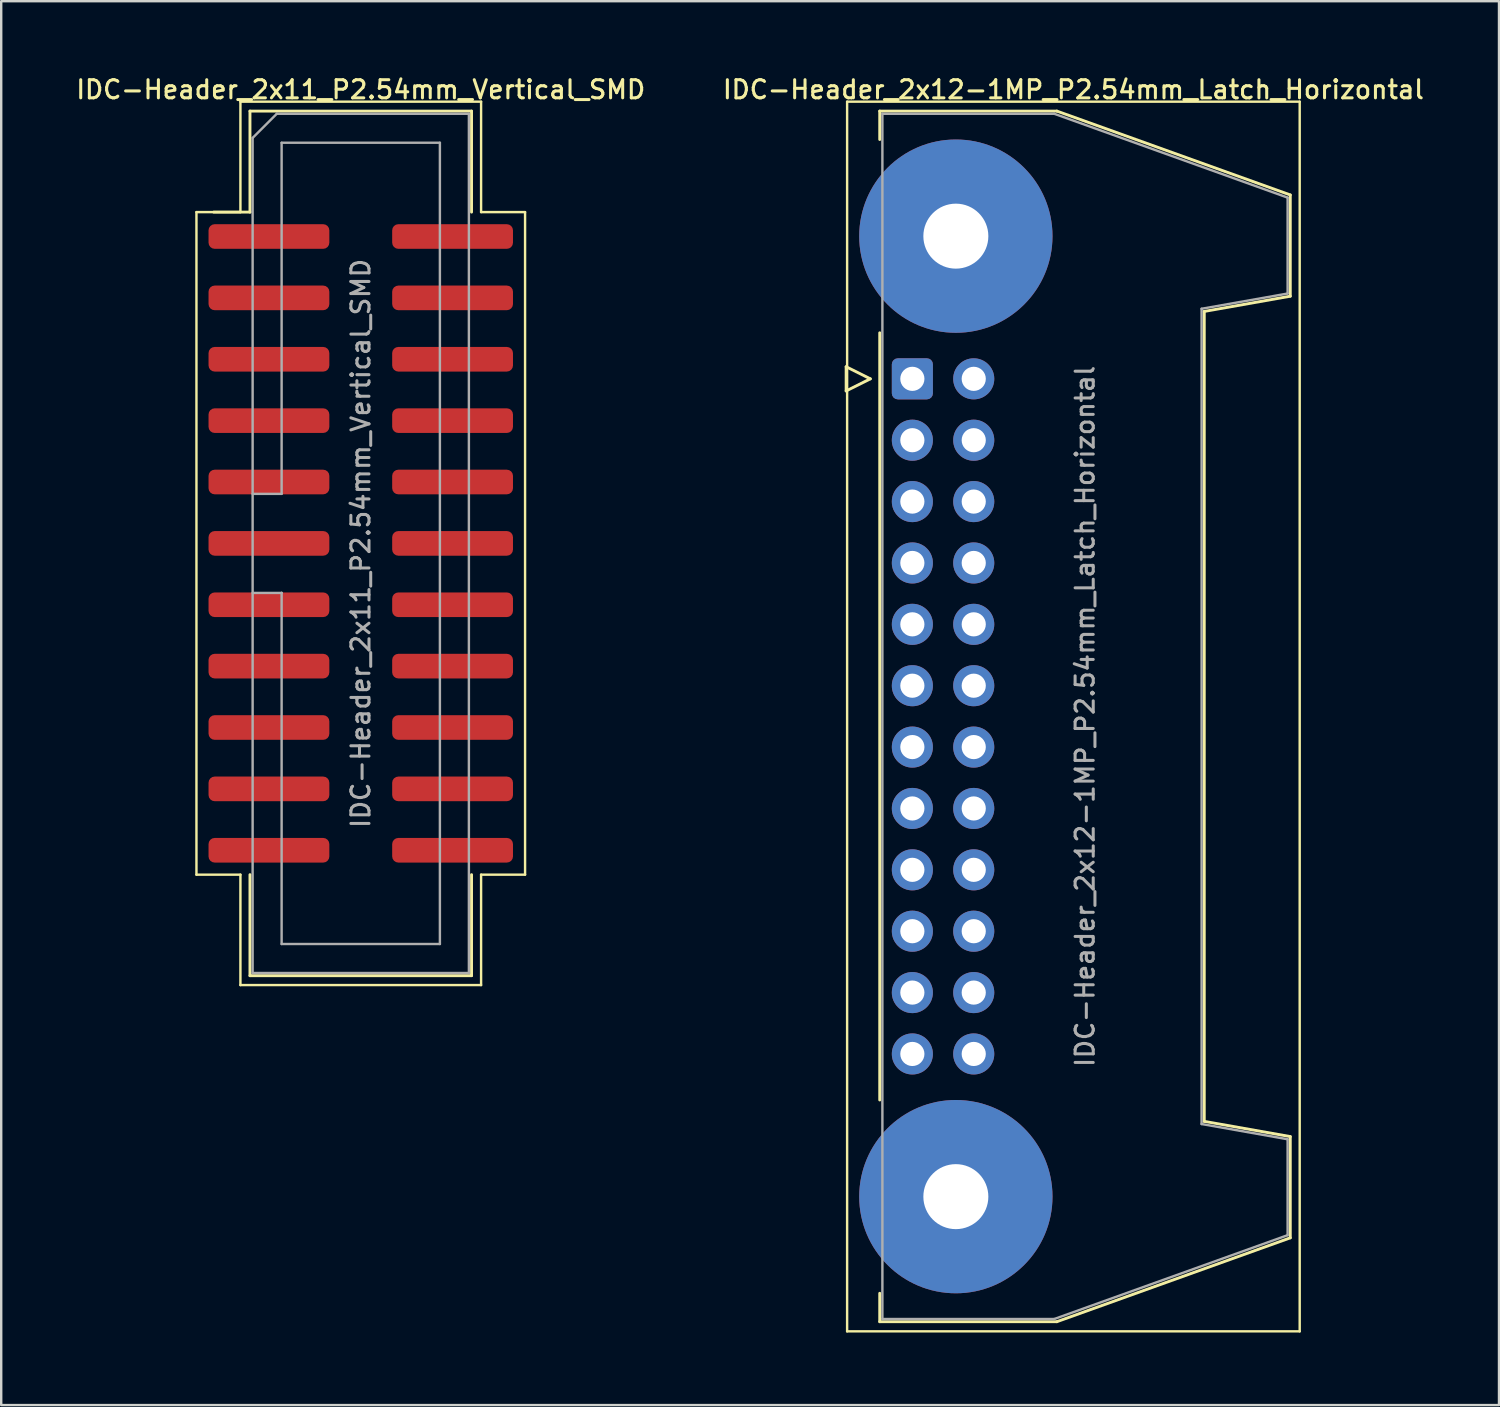
<source format=kicad_pcb>
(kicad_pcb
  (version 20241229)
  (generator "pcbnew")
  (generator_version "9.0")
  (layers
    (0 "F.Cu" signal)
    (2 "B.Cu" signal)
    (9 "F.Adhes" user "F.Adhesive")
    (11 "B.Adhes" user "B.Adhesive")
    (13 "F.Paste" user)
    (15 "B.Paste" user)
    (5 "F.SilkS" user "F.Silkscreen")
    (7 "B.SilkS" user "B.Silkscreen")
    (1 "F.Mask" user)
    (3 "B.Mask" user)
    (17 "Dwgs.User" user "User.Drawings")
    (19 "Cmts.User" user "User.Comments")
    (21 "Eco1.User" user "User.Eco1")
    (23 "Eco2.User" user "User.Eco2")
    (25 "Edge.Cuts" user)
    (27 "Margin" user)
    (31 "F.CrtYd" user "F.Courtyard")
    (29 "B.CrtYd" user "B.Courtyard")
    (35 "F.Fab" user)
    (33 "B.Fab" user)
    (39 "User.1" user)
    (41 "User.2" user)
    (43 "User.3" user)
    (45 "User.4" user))
  (footprint "IDC-Header_2x11_P2.54mm_Vertical_SMD"
    (layer "F.Cu")
    (at 11.88 19.438)
    (property "Reference" "IDC-Header_2x11_P2.54mm_Vertical_SMD" (at 0 -18.78 0) (layer "F.SilkS") (effects (font (size 0.75 0.75) (thickness 0.125))))
    (attr smd)
    (fp_line (start -6.8 -13.71) (end -6.8 13.71) (stroke (width 0.1) (type solid)) (layer "F.SilkS"))
    (fp_line (start -6.8 13.71) (end -4.98 13.71) (stroke (width 0.1) (type solid)) (layer "F.SilkS"))
    (fp_line (start -4.98 -18.28) (end -4.98 -13.71) (stroke (width 0.1) (type solid)) (layer "F.SilkS"))
    (fp_line (start -4.98 -13.71) (end -6.8 -13.71) (stroke (width 0.1) (type solid)) (layer "F.SilkS"))
    (fp_line (start -4.98 13.71) (end -4.98 18.28) (stroke (width 0.1) (type solid)) (layer "F.SilkS"))
    (fp_line (start -4.98 18.28) (end 4.98 18.28) (stroke (width 0.1) (type solid)) (layer "F.SilkS"))
    (fp_line (start -4.585 -17.89) (end 4.585 -17.89) (stroke (width 0.12) (type solid)) (layer "F.SilkS"))
    (fp_line (start -4.585 -13.71) (end -6.085 -13.71) (stroke (width 0.12) (type solid)) (layer "F.SilkS"))
    (fp_line (start -4.585 -13.71) (end -4.585 -17.89) (stroke (width 0.12) (type solid)) (layer "F.SilkS"))
    (fp_line (start -4.585 13.71) (end -4.585 17.89) (stroke (width 0.12) (type solid)) (layer "F.SilkS"))
    (fp_line (start -4.585 17.89) (end 4.585 17.89) (stroke (width 0.12) (type solid)) (layer "F.SilkS"))
    (fp_line (start 4.585 -17.89) (end 4.585 -13.71) (stroke (width 0.12) (type solid)) (layer "F.SilkS"))
    (fp_line (start 4.585 17.89) (end 4.585 13.71) (stroke (width 0.12) (type solid)) (layer "F.SilkS"))
    (fp_line (start 4.98 -18.28) (end -4.98 -18.28) (stroke (width 0.1) (type solid)) (layer "F.SilkS"))
    (fp_line (start 4.98 -13.71) (end 4.98 -18.28) (stroke (width 0.1) (type solid)) (layer "F.SilkS"))
    (fp_line (start 4.98 13.71) (end 6.8 13.71) (stroke (width 0.1) (type solid)) (layer "F.SilkS"))
    (fp_line (start 4.98 18.28) (end 4.98 13.71) (stroke (width 0.1) (type solid)) (layer "F.SilkS"))
    (fp_line (start 6.8 -13.71) (end 4.98 -13.71) (stroke (width 0.1) (type solid)) (layer "F.SilkS"))
    (fp_line (start 6.8 13.71) (end 6.8 -13.71) (stroke (width 0.1) (type solid)) (layer "F.SilkS"))
    (fp_line (start -4.475 -16.78) (end -3.475 -17.78) (stroke (width 0.1) (type solid)) (layer "F.Fab"))
    (fp_line (start -4.475 -2.05) (end -3.275 -2.05) (stroke (width 0.1) (type solid)) (layer "F.Fab"))
    (fp_line (start -4.475 17.78) (end -4.475 -16.78) (stroke (width 0.1) (type solid)) (layer "F.Fab"))
    (fp_line (start -3.475 -17.78) (end 4.475 -17.78) (stroke (width 0.1) (type solid)) (layer "F.Fab"))
    (fp_line (start -3.275 -16.58) (end 3.275 -16.58) (stroke (width 0.1) (type solid)) (layer "F.Fab"))
    (fp_line (start -3.275 -2.05) (end -3.275 -16.58) (stroke (width 0.1) (type solid)) (layer "F.Fab"))
    (fp_line (start -3.275 2.05) (end -4.475 2.05) (stroke (width 0.1) (type solid)) (layer "F.Fab"))
    (fp_line (start -3.275 2.05) (end -3.275 2.05) (stroke (width 0.1) (type solid)) (layer "F.Fab"))
    (fp_line (start -3.275 16.58) (end -3.275 2.05) (stroke (width 0.1) (type solid)) (layer "F.Fab"))
    (fp_line (start 3.275 -16.58) (end 3.275 16.58) (stroke (width 0.1) (type solid)) (layer "F.Fab"))
    (fp_line (start 3.275 16.58) (end -3.275 16.58) (stroke (width 0.1) (type solid)) (layer "F.Fab"))
    (fp_line (start 4.475 -17.78) (end 4.475 17.78) (stroke (width 0.1) (type solid)) (layer "F.Fab"))
    (fp_line (start 4.475 17.78) (end -4.475 17.78) (stroke (width 0.1) (type solid)) (layer "F.Fab"))
    (fp_text user "${REFERENCE}" (at 0 0 90) (layer "F.Fab") (effects (font (size 0.75 0.75) (thickness 0.125))))
    (pad "1" smd roundrect (at -3.8 -12.7) (size 5 1.02) (layers "F.Cu" "F.Mask" "F.Paste") (roundrect_rratio 0.25))
    (pad "2" smd roundrect (at 3.8 -12.7) (size 5 1.02) (layers "F.Cu" "F.Mask" "F.Paste") (roundrect_rratio 0.25))
    (pad "3" smd roundrect (at -3.8 -10.16) (size 5 1.02) (layers "F.Cu" "F.Mask" "F.Paste") (roundrect_rratio 0.25))
    (pad "4" smd roundrect (at 3.8 -10.16) (size 5 1.02) (layers "F.Cu" "F.Mask" "F.Paste") (roundrect_rratio 0.25))
    (pad "5" smd roundrect (at -3.8 -7.62) (size 5 1.02) (layers "F.Cu" "F.Mask" "F.Paste") (roundrect_rratio 0.25))
    (pad "6" smd roundrect (at 3.8 -7.62) (size 5 1.02) (layers "F.Cu" "F.Mask" "F.Paste") (roundrect_rratio 0.25))
    (pad "7" smd roundrect (at -3.8 -5.08) (size 5 1.02) (layers "F.Cu" "F.Mask" "F.Paste") (roundrect_rratio 0.25))
    (pad "8" smd roundrect (at 3.8 -5.08) (size 5 1.02) (layers "F.Cu" "F.Mask" "F.Paste") (roundrect_rratio 0.25))
    (pad "9" smd roundrect (at -3.8 -2.54) (size 5 1.02) (layers "F.Cu" "F.Mask" "F.Paste") (roundrect_rratio 0.25))
    (pad "10" smd roundrect (at 3.8 -2.54) (size 5 1.02) (layers "F.Cu" "F.Mask" "F.Paste") (roundrect_rratio 0.25))
    (pad "11" smd roundrect (at -3.8 0) (size 5 1.02) (layers "F.Cu" "F.Mask" "F.Paste") (roundrect_rratio 0.25))
    (pad "12" smd roundrect (at 3.8 0) (size 5 1.02) (layers "F.Cu" "F.Mask" "F.Paste") (roundrect_rratio 0.25))
    (pad "13" smd roundrect (at -3.8 2.54) (size 5 1.02) (layers "F.Cu" "F.Mask" "F.Paste") (roundrect_rratio 0.25))
    (pad "14" smd roundrect (at 3.8 2.54) (size 5 1.02) (layers "F.Cu" "F.Mask" "F.Paste") (roundrect_rratio 0.25))
    (pad "15" smd roundrect (at -3.8 5.08) (size 5 1.02) (layers "F.Cu" "F.Mask" "F.Paste") (roundrect_rratio 0.25))
    (pad "16" smd roundrect (at 3.8 5.08) (size 5 1.02) (layers "F.Cu" "F.Mask" "F.Paste") (roundrect_rratio 0.25))
    (pad "17" smd roundrect (at -3.8 7.62) (size 5 1.02) (layers "F.Cu" "F.Mask" "F.Paste") (roundrect_rratio 0.25))
    (pad "18" smd roundrect (at 3.8 7.62) (size 5 1.02) (layers "F.Cu" "F.Mask" "F.Paste") (roundrect_rratio 0.25))
    (pad "19" smd roundrect (at -3.8 10.16) (size 5 1.02) (layers "F.Cu" "F.Mask" "F.Paste") (roundrect_rratio 0.25))
    (pad "20" smd roundrect (at 3.8 10.16) (size 5 1.02) (layers "F.Cu" "F.Mask" "F.Paste") (roundrect_rratio 0.25))
    (pad "21" smd roundrect (at -3.8 12.7) (size 5 1.02) (layers "F.Cu" "F.Mask" "F.Paste") (roundrect_rratio 0.25))
    (pad "22" smd roundrect (at 3.8 12.7) (size 5 1.02) (layers "F.Cu" "F.Mask" "F.Paste") (roundrect_rratio 0.25)))
  (footprint "IDC-Header_2x12-1MP_P2.54mm_Latch_Horizontal"
    (layer "F.Cu")
    (at 34.708 12.628)
    (property "Reference" "IDC-Header_2x12-1MP_P2.54mm_Latch_Horizontal" (at 6.665 -11.97 0) (layer "F.SilkS") (effects (font (size 0.75 0.75) (thickness 0.125))))
    (attr through_hole)
    (fp_line (start -2.74 -0.5) (end -2.74 0.5) (stroke (width 0.12) (type solid)) (layer "F.SilkS"))
    (fp_line (start -2.74 0.5) (end -1.74 0) (stroke (width 0.12) (type solid)) (layer "F.SilkS"))
    (fp_line (start -2.7 -11.47) (end -2.7 39.42) (stroke (width 0.1) (type solid)) (layer "F.SilkS"))
    (fp_line (start -2.7 39.42) (end 16.03 39.42) (stroke (width 0.1) (type solid)) (layer "F.SilkS"))
    (fp_line (start -1.74 0) (end -2.74 -0.5) (stroke (width 0.12) (type solid)) (layer "F.SilkS"))
    (fp_line (start -1.35 -11.08) (end -1.35 -9.905) (stroke (width 0.12) (type solid)) (layer "F.SilkS"))
    (fp_line (start -1.35 -11.08) (end 5.98 -11.08) (stroke (width 0.12) (type solid)) (layer "F.SilkS"))
    (fp_line (start -1.35 -1.905) (end -1.35 29.845) (stroke (width 0.12) (type solid)) (layer "F.SilkS"))
    (fp_line (start -1.35 37.845) (end -1.35 39.02) (stroke (width 0.12) (type solid)) (layer "F.SilkS"))
    (fp_line (start 5.98 -11.08) (end 15.64 -7.61) (stroke (width 0.12) (type solid)) (layer "F.SilkS"))
    (fp_line (start 5.98 39.02) (end -1.35 39.02) (stroke (width 0.12) (type solid)) (layer "F.SilkS"))
    (fp_line (start 12.08 -2.79) (end 12.08 30.73) (stroke (width 0.12) (type solid)) (layer "F.SilkS"))
    (fp_line (start 12.08 30.73) (end 15.64 31.36) (stroke (width 0.12) (type solid)) (layer "F.SilkS"))
    (fp_line (start 15.64 -7.61) (end 15.64 -3.42) (stroke (width 0.12) (type solid)) (layer "F.SilkS"))
    (fp_line (start 15.64 -3.42) (end 12.08 -2.79) (stroke (width 0.12) (type solid)) (layer "F.SilkS"))
    (fp_line (start 15.64 31.36) (end 15.64 35.55) (stroke (width 0.12) (type solid)) (layer "F.SilkS"))
    (fp_line (start 15.64 35.55) (end 5.98 39.02) (stroke (width 0.12) (type solid)) (layer "F.SilkS"))
    (fp_line (start 16.03 -11.47) (end -2.7 -11.47) (stroke (width 0.1) (type solid)) (layer "F.SilkS"))
    (fp_line (start 16.03 39.42) (end 16.03 -11.47) (stroke (width 0.1) (type solid)) (layer "F.SilkS"))
    (fp_line (start -1.24 -10.97) (end 5.87 -10.97) (stroke (width 0.1) (type solid)) (layer "F.Fab"))
    (fp_line (start -1.24 38.91) (end -1.24 -10.97) (stroke (width 0.1) (type solid)) (layer "F.Fab"))
    (fp_line (start 5.87 -10.97) (end 15.53 -7.5) (stroke (width 0.1) (type solid)) (layer "F.Fab"))
    (fp_line (start 5.87 38.91) (end -1.24 38.91) (stroke (width 0.1) (type solid)) (layer "F.Fab"))
    (fp_line (start 11.97 -2.9) (end 11.97 30.84) (stroke (width 0.1) (type solid)) (layer "F.Fab"))
    (fp_line (start 11.97 30.84) (end 15.53 31.47) (stroke (width 0.1) (type solid)) (layer "F.Fab"))
    (fp_line (start 15.53 -7.5) (end 15.53 -3.53) (stroke (width 0.1) (type solid)) (layer "F.Fab"))
    (fp_line (start 15.53 -3.53) (end 11.97 -2.9) (stroke (width 0.1) (type solid)) (layer "F.Fab"))
    (fp_line (start 15.53 31.47) (end 15.53 35.44) (stroke (width 0.1) (type solid)) (layer "F.Fab"))
    (fp_line (start 15.53 35.44) (end 5.87 38.91) (stroke (width 0.1) (type solid)) (layer "F.Fab"))
    (fp_text user "${REFERENCE}" (at 7.145 13.97 90) (layer "F.Fab") (effects (font (size 0.75 0.75) (thickness 0.125))))
    (pad "1" thru_hole roundrect (at 0 0) (size 1.7 1.7) (drill 1) (layers "*.Cu" "*.Mask") (roundrect_rratio 0.147))
    (pad "2" thru_hole circle (at 2.54 0) (size 1.7 1.7) (drill 1) (layers "*.Cu" "*.Mask"))
    (pad "3" thru_hole circle (at 0 2.54) (size 1.7 1.7) (drill 1) (layers "*.Cu" "*.Mask"))
    (pad "4" thru_hole circle (at 2.54 2.54) (size 1.7 1.7) (drill 1) (layers "*.Cu" "*.Mask"))
    (pad "5" thru_hole circle (at 0 5.08) (size 1.7 1.7) (drill 1) (layers "*.Cu" "*.Mask"))
    (pad "6" thru_hole circle (at 2.54 5.08) (size 1.7 1.7) (drill 1) (layers "*.Cu" "*.Mask"))
    (pad "7" thru_hole circle (at 0 7.62) (size 1.7 1.7) (drill 1) (layers "*.Cu" "*.Mask"))
    (pad "8" thru_hole circle (at 2.54 7.62) (size 1.7 1.7) (drill 1) (layers "*.Cu" "*.Mask"))
    (pad "9" thru_hole circle (at 0 10.16) (size 1.7 1.7) (drill 1) (layers "*.Cu" "*.Mask"))
    (pad "10" thru_hole circle (at 2.54 10.16) (size 1.7 1.7) (drill 1) (layers "*.Cu" "*.Mask"))
    (pad "11" thru_hole circle (at 0 12.7) (size 1.7 1.7) (drill 1) (layers "*.Cu" "*.Mask"))
    (pad "12" thru_hole circle (at 2.54 12.7) (size 1.7 1.7) (drill 1) (layers "*.Cu" "*.Mask"))
    (pad "13" thru_hole circle (at 0 15.24) (size 1.7 1.7) (drill 1) (layers "*.Cu" "*.Mask"))
    (pad "14" thru_hole circle (at 2.54 15.24) (size 1.7 1.7) (drill 1) (layers "*.Cu" "*.Mask"))
    (pad "15" thru_hole circle (at 0 17.78) (size 1.7 1.7) (drill 1) (layers "*.Cu" "*.Mask"))
    (pad "16" thru_hole circle (at 2.54 17.78) (size 1.7 1.7) (drill 1) (layers "*.Cu" "*.Mask"))
    (pad "17" thru_hole circle (at 0 20.32) (size 1.7 1.7) (drill 1) (layers "*.Cu" "*.Mask"))
    (pad "18" thru_hole circle (at 2.54 20.32) (size 1.7 1.7) (drill 1) (layers "*.Cu" "*.Mask"))
    (pad "19" thru_hole circle (at 0 22.86) (size 1.7 1.7) (drill 1) (layers "*.Cu" "*.Mask"))
    (pad "20" thru_hole circle (at 2.54 22.86) (size 1.7 1.7) (drill 1) (layers "*.Cu" "*.Mask"))
    (pad "21" thru_hole circle (at 0 25.4) (size 1.7 1.7) (drill 1) (layers "*.Cu" "*.Mask"))
    (pad "22" thru_hole circle (at 2.54 25.4) (size 1.7 1.7) (drill 1) (layers "*.Cu" "*.Mask"))
    (pad "23" thru_hole circle (at 0 27.94) (size 1.7 1.7) (drill 1) (layers "*.Cu" "*.Mask"))
    (pad "24" thru_hole circle (at 2.54 27.94) (size 1.7 1.7) (drill 1) (layers "*.Cu" "*.Mask"))
    (pad "MP" thru_hole circle (at 1.8 -5.905) (size 8 8) (drill 2.69) (layers "*.Cu" "*.Mask"))
    (pad "MP" thru_hole circle (at 1.8 33.845) (size 8 8) (drill 2.69) (layers "*.Cu" "*.Mask")))
  (gr_rect
    (start -3 -3)
    (end 58.986 55.098)
    (stroke (width 0.1) (type default))
    (fill no)
    (layer "Edge.Cuts")))
</source>
